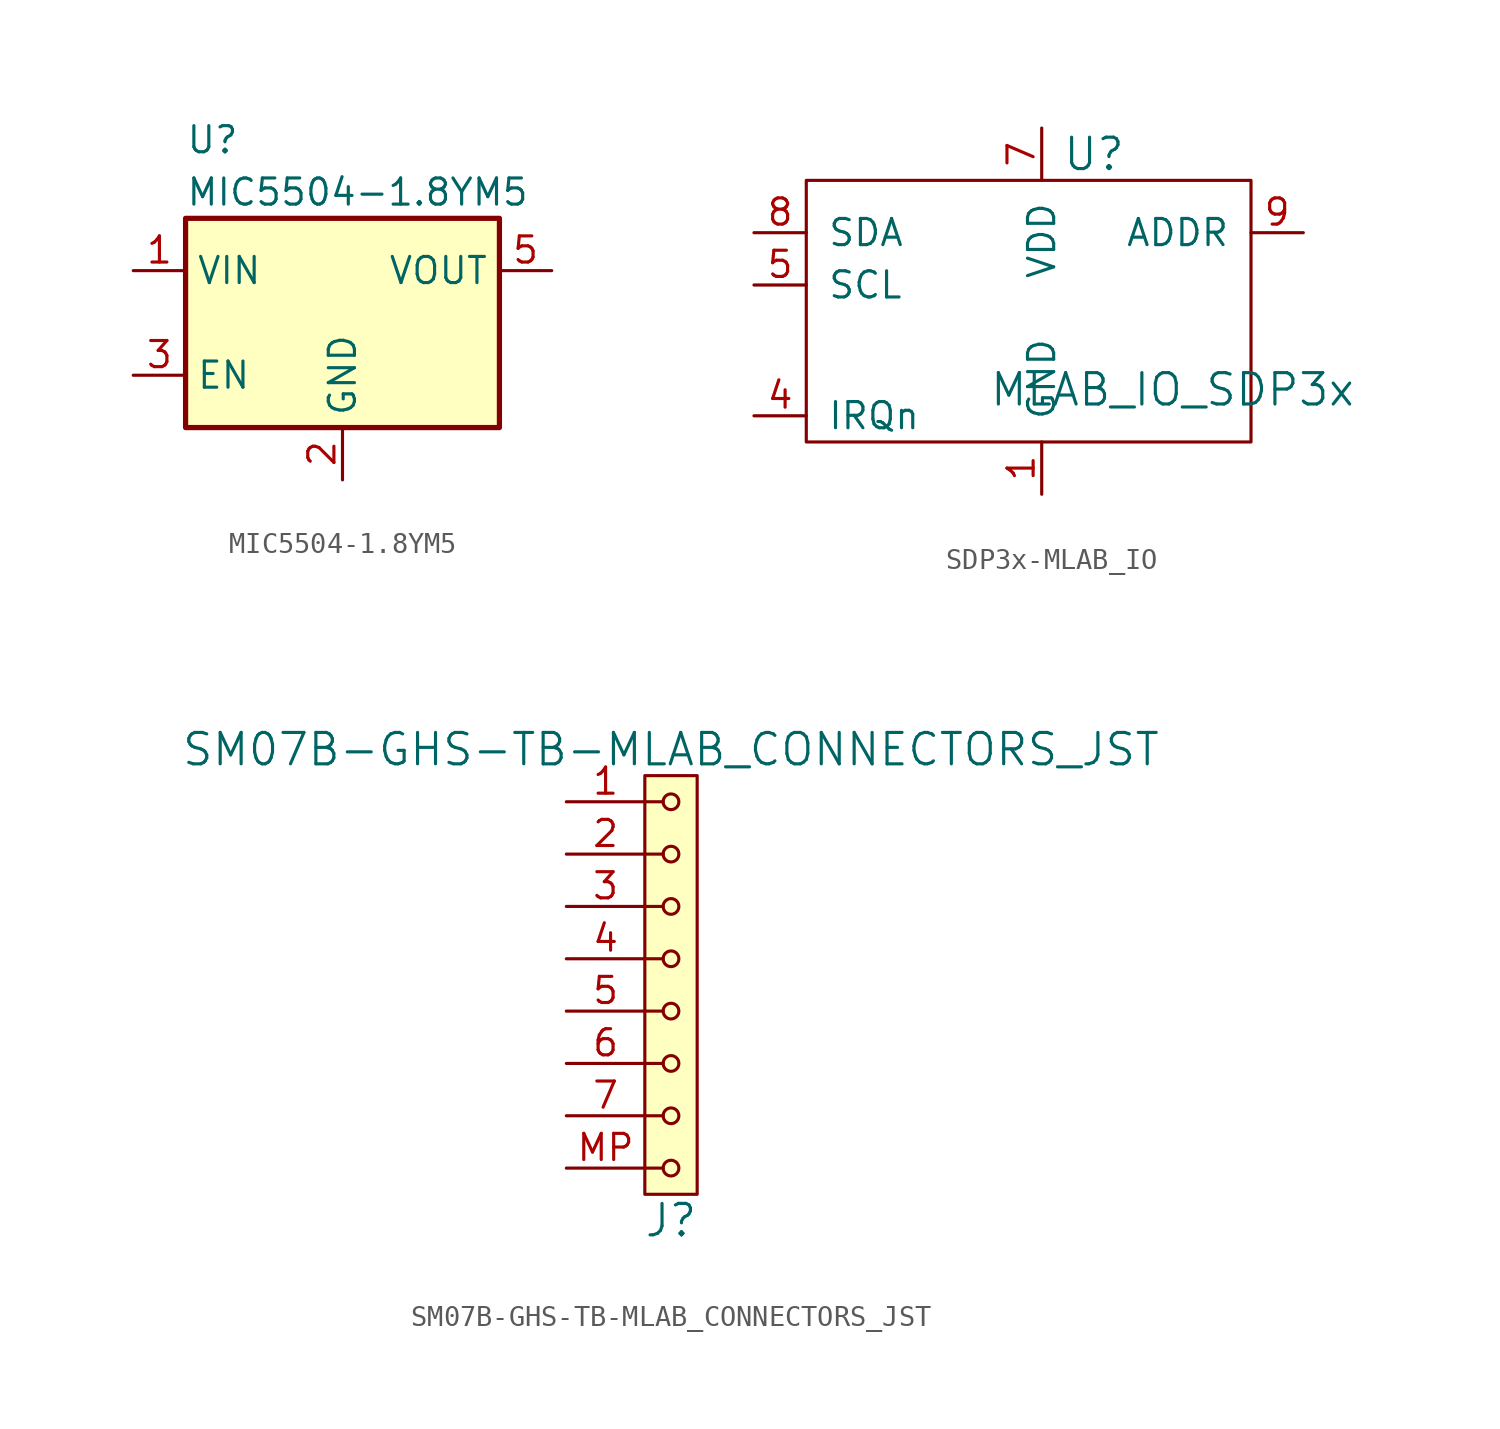
<source format=kicad_sym>
(kicad_symbol_lib
  (version 20231120)
  (generator "kicad_symbol_editor")
  (generator_version "8.0")
  (symbol "MIC5504-1.8YM5"
    (property "Reference" "U"
      (at -7.62 8.89 0)
      (effects (font (size 1.27 1.27)) (justify left)))
    (property "Value" "MIC5504-1.8YM5"
      (at -7.62 6.35 0)
      (effects (font (size 1.27 1.27)) (justify left)))
    (symbol "MIC5504-1.8YM5_0_1"
      (rectangle (start -7.62 -5.08) (end 7.62 5.08) (stroke (width 0.254) (type default)) (fill (type background))))
    (symbol "MIC5504-1.8YM5_1_1"
      (pin power_in line (at -10.16 2.54 0) (length 2.54) (name "VIN" (effects (font (size 1.27 1.27)))) (number "1" (effects (font (size 1.27 1.27)))))
      (pin power_in line (at 0 -7.62 90) (length 2.54) (name "GND" (effects (font (size 1.27 1.27)))) (number "2" (effects (font (size 1.27 1.27)))))
      (pin input line (at -10.16 -2.54 0) (length 2.54) (name "EN" (effects (font (size 1.27 1.27)))) (number "3" (effects (font (size 1.27 1.27)))))
      (pin no_connect line (at 7.62 -2.54 180) (length 2.54) hide (name "NC" (effects (font (size 1.27 1.27)))) (number "4" (effects (font (size 1.27 1.27)))))
      (pin power_out line (at 10.16 2.54 180) (length 2.54) (name "VOUT" (effects (font (size 1.27 1.27)))) (number "5" (effects (font (size 1.27 1.27)))))))
  (symbol "SDP3x-MLAB_IO"
    (pin_names
      (offset 1.016))
    (property "Reference" "U"
      (at 2.54 11.43 0)
      (effects (font (size 1.524 1.524))))
    (property "Value" "MLAB_IO_SDP3x"
      (at 6.35 0 0)
      (effects (font (size 1.524 1.524))))
    (symbol "SDP3x-MLAB_IO_0_1"
      (rectangle (start -11.43 10.16) (end 10.16 -2.54) (stroke (width 0) (type solid)) (fill (type none))))
    (symbol "SDP3x-MLAB_IO_1_1"
      (pin unspecified line (at 0 -5.08 90) (length 2.54) (name "GND" (effects (font (size 1.27 1.27)))) (number "1" (effects (font (size 1.27 1.27)))))
      (pin unspecified line (at 0 -5.08 90) (length 2.54) hide (name "GND" (effects (font (size 1.27 1.27)))) (number "10" (effects (font (size 1.27 1.27)))))
      (pin unspecified line (at 0 -5.08 90) (length 2.54) hide (name "GND" (effects (font (size 1.27 1.27)))) (number "11" (effects (font (size 1.27 1.27)))))
      (pin unspecified line (at 0 -5.08 90) (length 2.54) hide (name "GND" (effects (font (size 1.27 1.27)))) (number "17" (effects (font (size 1.27 1.27)))))
      (pin unspecified line (at 0 -5.08 90) (length 2.54) hide (name "GND" (effects (font (size 1.27 1.27)))) (number "18" (effects (font (size 1.27 1.27)))))
      (pin unspecified line (at 0 -5.08 90) (length 2.54) hide (name "GND" (effects (font (size 1.27 1.27)))) (number "2" (effects (font (size 1.27 1.27)))))
      (pin unspecified line (at 0 -5.08 90) (length 2.54) hide (name "GND" (effects (font (size 1.27 1.27)))) (number "3" (effects (font (size 1.27 1.27)))))
      (pin unspecified line (at -13.97 -1.27 0) (length 2.54) (name "IRQn" (effects (font (size 1.27 1.27)))) (number "4" (effects (font (size 1.27 1.27)))))
      (pin unspecified line (at -13.97 5.08 0) (length 2.54) (name "SCL" (effects (font (size 1.27 1.27)))) (number "5" (effects (font (size 1.27 1.27)))))
      (pin unspecified line (at 0 -5.08 90) (length 2.54) hide (name "GND" (effects (font (size 1.27 1.27)))) (number "6" (effects (font (size 1.27 1.27)))))
      (pin unspecified line (at 0 12.7 270) (length 2.54) (name "VDD" (effects (font (size 1.27 1.27)))) (number "7" (effects (font (size 1.27 1.27)))))
      (pin unspecified line (at -13.97 7.62 0) (length 2.54) (name "SDA" (effects (font (size 1.27 1.27)))) (number "8" (effects (font (size 1.27 1.27)))))
      (pin unspecified line (at 12.7 7.62 180) (length 2.54) (name "ADDR" (effects (font (size 1.27 1.27)))) (number "9" (effects (font (size 1.27 1.27)))))))
  (symbol "SM07B-GHS-TB-MLAB_CONNECTORS_JST"
    (pin_names
      (offset 1.016))
    (property "Reference" "J"
      (at 0 -11.43 0)
      (effects (font (size 1.524 1.524))))
    (property "Value" "SM07B-GHS-TB-MLAB_CONNECTORS_JST"
      (at 0 11.43 0)
      (effects (font (size 1.524 1.524))))
    (property "Datasheet" ""
      (at 0 8.89 0)
      (effects (font (size 1.524 1.524))))
    (symbol "SM07B-GHS-TB-MLAB_CONNECTORS_JST_0_1"
      (rectangle (start -1.27 10.16) (end 1.27 -10.16) (stroke (width 0) (type solid)) (fill (type background)))
      (circle (center 0 -8.89) (radius 0.381) (stroke (width 0) (type solid)) (fill (type none)))
      (circle (center 0 -6.35) (radius 0.381) (stroke (width 0) (type solid)) (fill (type none)))
      (circle (center 0 -3.81) (radius 0.381) (stroke (width 0) (type solid)) (fill (type none)))
      (circle (center 0 -1.27) (radius 0.381) (stroke (width 0) (type solid)) (fill (type none)))
      (polyline (pts (xy -1.27 -8.89) (xy -0.381 -8.89)) (stroke (width 0) (type solid)) (fill (type none)))
      (polyline (pts (xy -1.27 -6.35) (xy -0.381 -6.35)) (stroke (width 0) (type solid)) (fill (type none)))
      (polyline (pts (xy -1.27 -3.81) (xy -0.381 -3.81)) (stroke (width 0) (type solid)) (fill (type none)))
      (polyline (pts (xy -1.27 -1.27) (xy -0.381 -1.27)) (stroke (width 0) (type solid)) (fill (type none)))
      (polyline (pts (xy -1.27 1.27) (xy -0.381 1.27)) (stroke (width 0) (type solid)) (fill (type none)))
      (polyline (pts (xy -1.27 3.81) (xy -0.381 3.81)) (stroke (width 0) (type solid)) (fill (type none)))
      (polyline (pts (xy -1.27 6.35) (xy -0.381 6.35)) (stroke (width 0) (type solid)) (fill (type none)))
      (polyline (pts (xy -1.27 8.89) (xy -0.381 8.89)) (stroke (width 0) (type solid)) (fill (type none)))
      (circle (center 0 1.27) (radius 0.381) (stroke (width 0) (type solid)) (fill (type none)))
      (circle (center 0 3.81) (radius 0.381) (stroke (width 0) (type solid)) (fill (type none)))
      (circle (center 0 6.35) (radius 0.381) (stroke (width 0) (type solid)) (fill (type none)))
      (circle (center 0 8.89) (radius 0.381) (stroke (width 0) (type solid)) (fill (type none))))
    (symbol "SM07B-GHS-TB-MLAB_CONNECTORS_JST_1_1"
      (pin input line (at -5.08 8.89 0) (length 3.81) (name "~" (effects (font (size 1.27 1.27)))) (number "1" (effects (font (size 1.27 1.27)))))
      (pin input line (at -5.08 6.35 0) (length 3.81) (name "~" (effects (font (size 1.27 1.27)))) (number "2" (effects (font (size 1.27 1.27)))))
      (pin input line (at -5.08 3.81 0) (length 3.81) (name "~" (effects (font (size 1.27 1.27)))) (number "3" (effects (font (size 1.27 1.27)))))
      (pin input line (at -5.08 1.27 0) (length 3.81) (name "~" (effects (font (size 1.27 1.27)))) (number "4" (effects (font (size 1.27 1.27)))))
      (pin input line (at -5.08 -1.27 0) (length 3.81) (name "~" (effects (font (size 1.27 1.27)))) (number "5" (effects (font (size 1.27 1.27)))))
      (pin input line (at -5.08 -3.81 0) (length 3.81) (name "~" (effects (font (size 1.27 1.27)))) (number "6" (effects (font (size 1.27 1.27)))))
      (pin input line (at -5.08 -6.35 0) (length 3.81) (name "~" (effects (font (size 1.27 1.27)))) (number "7" (effects (font (size 1.27 1.27)))))
      (pin input line (at -5.08 -8.89 0) (length 3.81) (name "~" (effects (font (size 1.27 1.27)))) (number "MP" (effects (font (size 1.27 1.27))))))))
</source>
